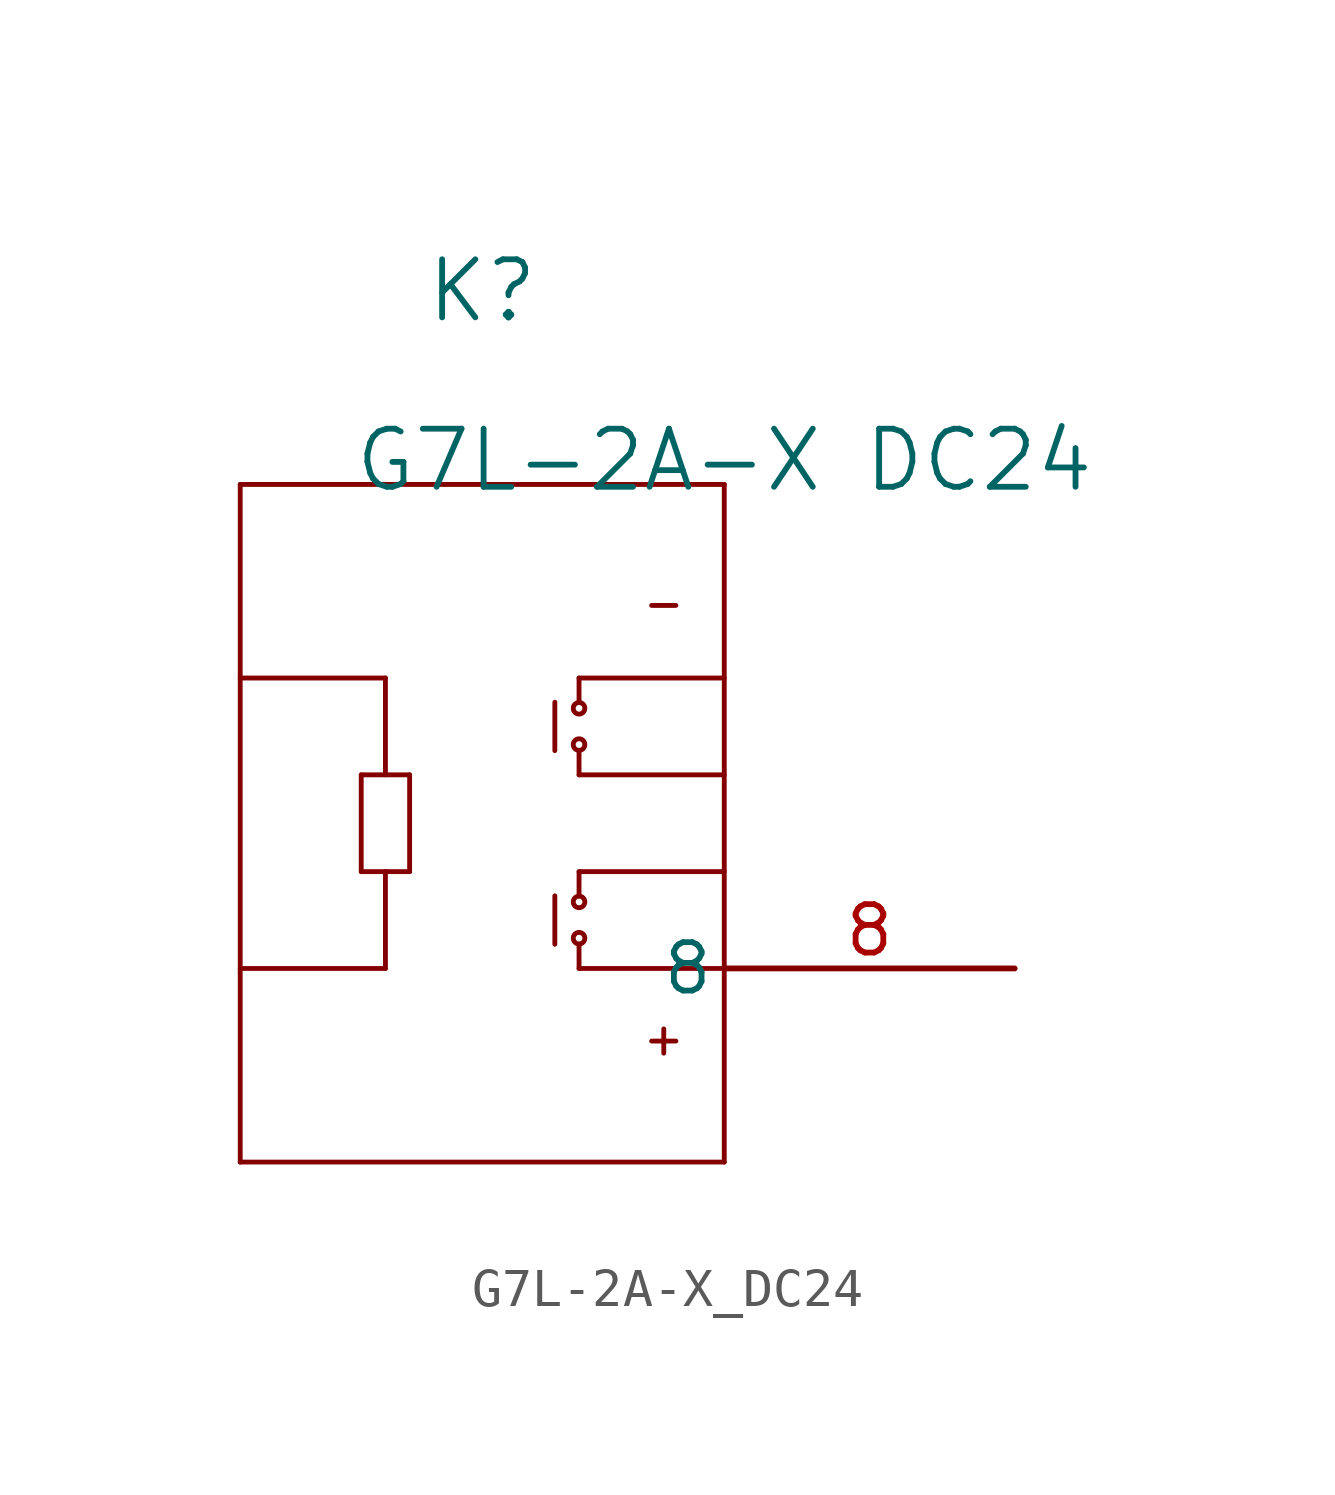
<source format=kicad_sym>
(kicad_symbol_lib
  (version 20211014)
  (generator kicad_symbol_editor)
  (symbol "G7L-2A-X_DC24"
    (pin_names
      (offset 0.254))
    (property "Reference" "K"
      (at 13.97 10.16 0)
      (effects (font (size 1.524 1.524))))
    (property "Value" "G7L-2A-X DC24"
      (at 20.32 5.715 0)
      (effects (font (size 1.524 1.524))))
    (symbol "G7L-2A-X_DC24_0_1"
      (polyline (pts (xy 7.62 5.08) (xy 7.62 -12.7)) (stroke (width 0.127) (type default) (color 0 0 0 0)) (fill (type none)))
      (polyline (pts (xy 7.62 -12.7) (xy 20.32 -12.7)) (stroke (width 0.127) (type default) (color 0 0 0 0)) (fill (type none)))
      (polyline (pts (xy 20.32 5.08) (xy 7.62 5.08)) (stroke (width 0.127) (type default) (color 0 0 0 0)) (fill (type none)))
      (polyline (pts (xy 20.32 -12.7) (xy 20.32 5.08)) (stroke (width 0.127) (type default) (color 0 0 0 0)) (fill (type none)))
      (polyline (pts (xy 7.62 0) (xy 11.43 0)) (stroke (width 0.127) (type default) (color 0 0 0 0)) (fill (type none)))
      (polyline (pts (xy 7.62 -7.62) (xy 11.43 -7.62)) (stroke (width 0.127) (type default) (color 0 0 0 0)) (fill (type none)))
      (polyline (pts (xy 11.43 -2.54) (xy 11.43 0)) (stroke (width 0.127) (type default) (color 0 0 0 0)) (fill (type none)))
      (polyline (pts (xy 11.43 -7.62) (xy 11.43 -5.08)) (stroke (width 0.127) (type default) (color 0 0 0 0)) (fill (type none)))
      (polyline (pts (xy 12.065 -5.08) (xy 10.795 -5.08)) (stroke (width 0.127) (type default) (color 0 0 0 0)) (fill (type none)))
      (polyline (pts (xy 10.795 -5.08) (xy 10.795 -2.54)) (stroke (width 0.127) (type default) (color 0 0 0 0)) (fill (type none)))
      (polyline (pts (xy 10.795 -2.54) (xy 12.065 -2.54)) (stroke (width 0.127) (type default) (color 0 0 0 0)) (fill (type none)))
      (polyline (pts (xy 12.065 -5.08) (xy 12.065 -2.54)) (stroke (width 0.127) (type default) (color 0 0 0 0)) (fill (type none)))
      (polyline (pts (xy 20.32 0) (xy 16.51 0)) (stroke (width 0.127) (type default) (color 0 0 0 0)) (fill (type none)))
      (polyline (pts (xy 16.51 -2.54) (xy 20.32 -2.54)) (stroke (width 0.127) (type default) (color 0 0 0 0)) (fill (type none)))
      (polyline (pts (xy 20.32 -5.08) (xy 16.51 -5.08)) (stroke (width 0.127) (type default) (color 0 0 0 0)) (fill (type none)))
      (polyline (pts (xy 20.32 -7.62) (xy 16.51 -7.62)) (stroke (width 0.127) (type default) (color 0 0 0 0)) (fill (type none)))
      (polyline (pts (xy 16.51 -7.62) (xy 16.51 -6.985)) (stroke (width 0.127) (type default) (color 0 0 0 0)) (fill (type none)))
      (polyline (pts (xy 16.51 -5.715) (xy 16.51 -5.08)) (stroke (width 0.127) (type default) (color 0 0 0 0)) (fill (type none)))
      (polyline (pts (xy 16.51 -2.54) (xy 16.51 -1.905)) (stroke (width 0.127) (type default) (color 0 0 0 0)) (fill (type none)))
      (polyline (pts (xy 16.51 -0.635) (xy 16.51 0)) (stroke (width 0.127) (type default) (color 0 0 0 0)) (fill (type none)))
      (polyline (pts (xy 15.875 -0.635) (xy 15.875 -1.905)) (stroke (width 0.127) (type default) (color 0 0 0 0)) (fill (type none)))
      (polyline (pts (xy 15.875 -5.715) (xy 15.875 -6.985)) (stroke (width 0.127) (type default) (color 0 0 0 0)) (fill (type none)))
      (circle (center 16.51 -0.794) (radius 0.152) (stroke (width 0.127) (type default) (color 0 0 0 0)) (fill (type none)))
      (circle (center 16.51 -1.746) (radius 0.152) (stroke (width 0.127) (type default) (color 0 0 0 0)) (fill (type none)))
      (circle (center 16.51 -5.874) (radius 0.152) (stroke (width 0.127) (type default) (color 0 0 0 0)) (fill (type none)))
      (circle (center 16.51 -6.826) (radius 0.152) (stroke (width 0.127) (type default) (color 0 0 0 0)) (fill (type none)))
      (polyline (pts (xy 18.415 1.905) (xy 19.05 1.905)) (stroke (width 0.127) (type default) (color 0 0 0 0)) (fill (type none)))
      (polyline (pts (xy 18.415 -9.525) (xy 19.05 -9.525)) (stroke (width 0.127) (type default) (color 0 0 0 0)) (fill (type none)))
      (polyline (pts (xy 18.733 -9.207) (xy 18.733 -9.842)) (stroke (width 0.127) (type default) (color 0 0 0 0)) (fill (type none)))
      (pin unspecified line (at 27.94 -7.62 180) (length 7.62) (name "8" (effects (font (size 1.27 1.27)))) (number "8" (effects (font (size 1.27 1.27))))))))
</source>
